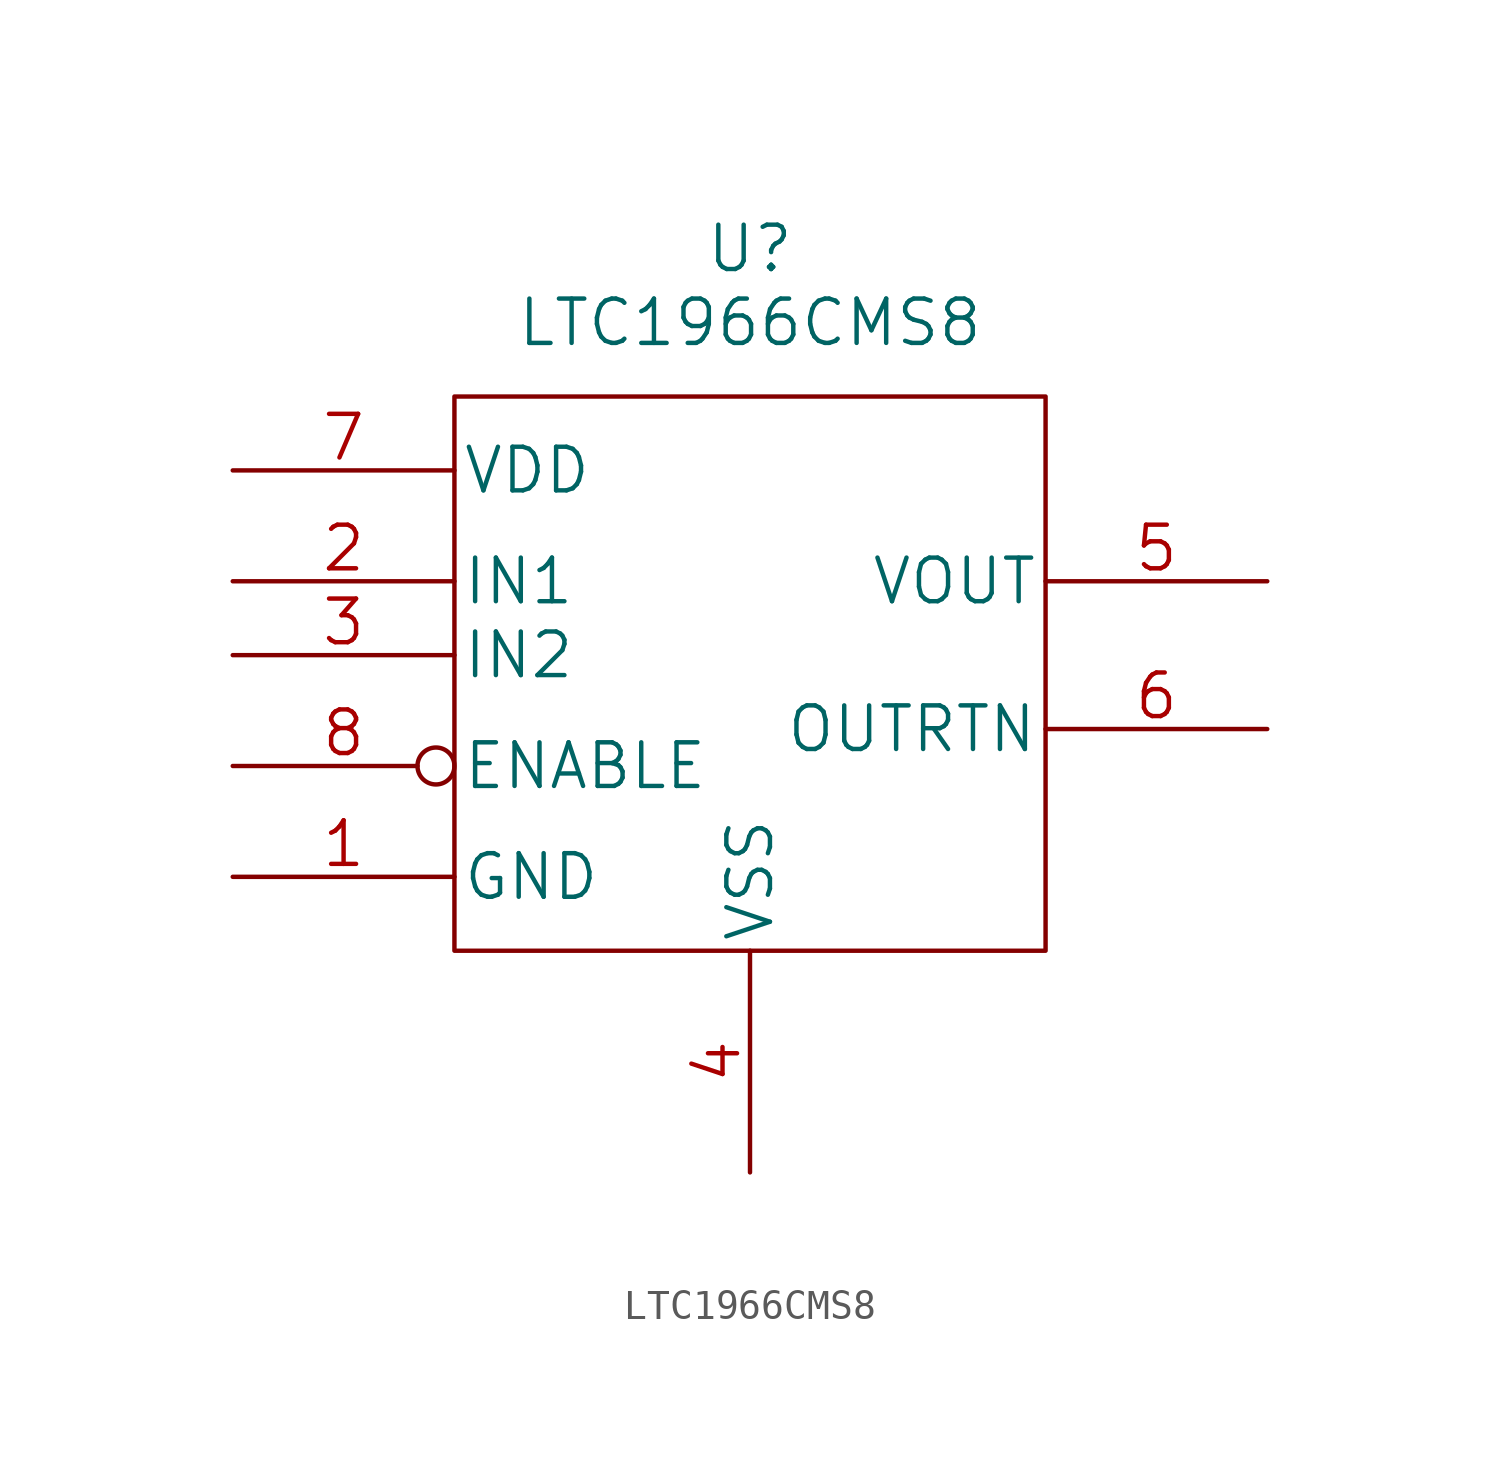
<source format=kicad_sym>
(kicad_symbol_lib
  (version 20211014)
  (generator kicad_symbol_editor)
  (symbol "LTC1966CMS8"
    (pin_names
      (offset 0.254))
    (property "Reference" "U"
      (at 0 13.97 0)
      (effects (font (size 1.524 1.524))))
    (property "Value" "LTC1966CMS8"
      (at 0 11.43 0)
      (effects (font (size 1.524 1.524))))
    (property "Datasheet" ""
      (at -17.78 5.08 0)
      (effects (font (size 1.524 1.524))))
    (symbol "LTC1966CMS8_1_1"
      (rectangle (start -10.16 8.89) (end 10.16 -10.16) (stroke (width 0) (type default) (color 0 0 0 0)) (fill (type none)))
      (pin power_in line (at -17.78 -7.62 0) (length 7.62) (name "GND" (effects (font (size 1.499 1.499)))) (number "1" (effects (font (size 1.499 1.499)))))
      (pin input line (at -17.78 2.54 0) (length 7.62) (name "IN1" (effects (font (size 1.499 1.499)))) (number "2" (effects (font (size 1.499 1.499)))))
      (pin input line (at -17.78 0 0) (length 7.62) (name "IN2" (effects (font (size 1.499 1.499)))) (number "3" (effects (font (size 1.499 1.499)))))
      (pin power_in line (at 0 -17.78 90) (length 7.62) (name "VSS" (effects (font (size 1.499 1.499)))) (number "4" (effects (font (size 1.499 1.499)))))
      (pin output line (at 17.78 2.54 180) (length 7.62) (name "VOUT" (effects (font (size 1.499 1.499)))) (number "5" (effects (font (size 1.499 1.499)))))
      (pin input line (at 17.78 -2.54 180) (length 7.62) (name "OUTRTN" (effects (font (size 1.499 1.499)))) (number "6" (effects (font (size 1.499 1.499)))))
      (pin power_in line (at -17.78 6.35 0) (length 7.62) (name "VDD" (effects (font (size 1.499 1.499)))) (number "7" (effects (font (size 1.499 1.499)))))
      (pin input inverted (at -17.78 -3.81 0) (length 7.62) (name "ENABLE" (effects (font (size 1.499 1.499)))) (number "8" (effects (font (size 1.499 1.499))))))))
</source>
